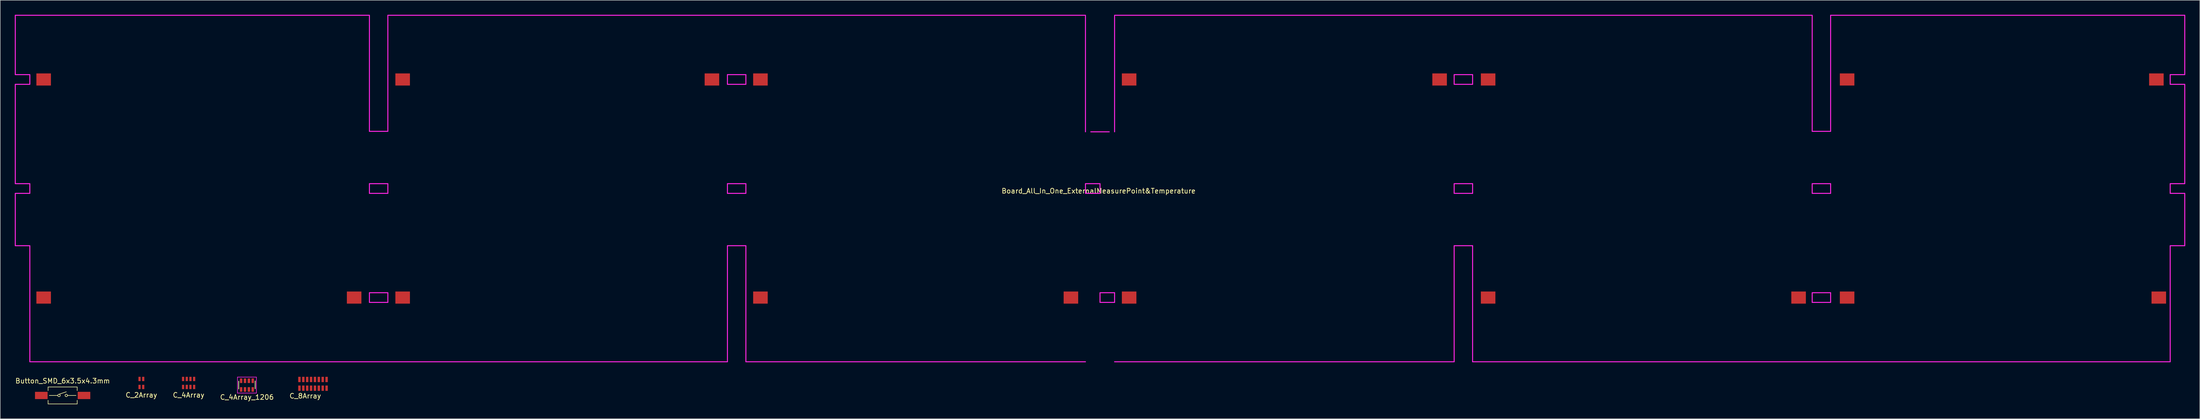
<source format=kicad_pcb>
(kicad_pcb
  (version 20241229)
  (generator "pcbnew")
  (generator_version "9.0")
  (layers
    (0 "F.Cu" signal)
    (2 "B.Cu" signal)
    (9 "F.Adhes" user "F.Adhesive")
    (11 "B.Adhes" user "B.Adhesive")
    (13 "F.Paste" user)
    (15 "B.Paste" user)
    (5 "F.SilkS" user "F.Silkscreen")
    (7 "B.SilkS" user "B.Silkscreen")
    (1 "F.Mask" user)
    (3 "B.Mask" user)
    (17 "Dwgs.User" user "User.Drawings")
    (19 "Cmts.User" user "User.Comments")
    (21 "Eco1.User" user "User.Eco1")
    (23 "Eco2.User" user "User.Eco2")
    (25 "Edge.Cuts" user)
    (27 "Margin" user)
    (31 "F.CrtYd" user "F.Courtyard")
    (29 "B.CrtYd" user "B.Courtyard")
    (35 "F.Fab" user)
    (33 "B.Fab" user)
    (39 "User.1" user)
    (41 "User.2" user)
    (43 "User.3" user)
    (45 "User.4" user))
  (footprint "C_4Array_1206"
    (layer "F.Cu")
    (at 47.85 76.41)
    (property "Reference" "C_4Array_1206" (at 0 2.5 0) (layer "F.SilkS") (effects (font (size 1 1) (thickness 0.153))))
    (attr through_hole)
    (fp_line (start -1.7 -0.8) (end -1.7 0.8) (stroke (width 0.15) (type solid)) (layer "F.SilkS"))
    (fp_line (start 1.7 -0.85) (end 1.7 0.75) (stroke (width 0.15) (type solid)) (layer "F.SilkS"))
    (fp_line (start -1.95 -1.65) (end 1.95 -1.65) (stroke (width 0.12) (type solid)) (layer "F.CrtYd"))
    (fp_line (start -1.95 1.65) (end -1.95 -1.65) (stroke (width 0.12) (type solid)) (layer "F.CrtYd"))
    (fp_line (start -1.95 1.65) (end 1.95 1.65) (stroke (width 0.12) (type solid)) (layer "F.CrtYd"))
    (fp_line (start 1.95 -1.65) (end 1.95 1.65) (stroke (width 0.12) (type solid)) (layer "F.CrtYd"))
    (pad "1" smd rect (at -1.2 -0.9) (size 0.5 0.95) (layers "F.Cu" "F.Mask" "F.Paste"))
    (pad "2" smd rect (at -0.4 -0.9) (size 0.5 0.95) (layers "F.Cu" "F.Mask" "F.Paste"))
    (pad "3" smd rect (at 0.4 -0.9) (size 0.5 0.95) (layers "F.Cu" "F.Mask" "F.Paste"))
    (pad "4" smd rect (at 1.2 -0.9) (size 0.5 0.95) (layers "F.Cu" "F.Mask" "F.Paste"))
    (pad "5" smd rect (at 1.2 0.9) (size 0.5 0.95) (layers "F.Cu" "F.Mask" "F.Paste"))
    (pad "6" smd rect (at 0.4 0.9) (size 0.5 0.95) (layers "F.Cu" "F.Mask" "F.Paste"))
    (pad "7" smd rect (at -0.4 0.9) (size 0.5 0.95) (layers "F.Cu" "F.Mask" "F.Paste"))
    (pad "8" smd rect (at -1.2 0.9) (size 0.5 0.95) (layers "F.Cu" "F.Mask" "F.Paste")))
  (footprint "C_4Array"
    (layer "F.Cu")
    (at 35.829 75.97)
    (property "Reference" "C_4Array" (at 0 2.5 0) (layer "F.SilkS") (effects (font (size 1 1) (thickness 0.153))))
    (attr through_hole)
    (pad "1" smd rect (at -1.14 -0.825) (size 0.46 0.89) (layers "F.Cu" "F.Mask" "F.Paste"))
    (pad "2" smd rect (at -0.38 -0.825) (size 0.46 0.89) (layers "F.Cu" "F.Mask" "F.Paste"))
    (pad "3" smd rect (at 0.38 -0.825) (size 0.46 0.89) (layers "F.Cu" "F.Mask" "F.Paste"))
    (pad "4" smd rect (at 1.14 -0.825) (size 0.46 0.89) (layers "F.Cu" "F.Mask" "F.Paste"))
    (pad "5" smd rect (at 1.14 0.825) (size 0.46 0.89) (layers "F.Cu" "F.Mask" "F.Paste"))
    (pad "6" smd rect (at 0.38 0.825) (size 0.46 0.89) (layers "F.Cu" "F.Mask" "F.Paste"))
    (pad "7" smd rect (at -0.38 0.825) (size 0.46 0.89) (layers "F.Cu" "F.Mask" "F.Paste"))
    (pad "8" smd rect (at -1.14 0.825) (size 0.46 0.89) (layers "F.Cu" "F.Mask" "F.Paste")))
  (footprint "Button_SMD_6x3.5x4.3mm"
    (layer "F.Cu")
    (at 9.863 78.548)
    (property "Reference" "Button_SMD_6x3.5x4.3mm" (at 0 -3 0) (layer "F.SilkS") (effects (font (size 1 1) (thickness 0.15))))
    (attr through_hole)
    (fp_line (start -3 -1.75) (end -3 -1) (stroke (width 0.12) (type solid)) (layer "F.SilkS"))
    (fp_line (start -3 -1.75) (end 3 -1.75) (stroke (width 0.12) (type solid)) (layer "F.SilkS"))
    (fp_line (start -3 1.75) (end -3 1) (stroke (width 0.12) (type solid)) (layer "F.SilkS"))
    (fp_line (start -3 1.75) (end 3 1.75) (stroke (width 0.12) (type solid)) (layer "F.SilkS"))
    (fp_line (start -2.75 0) (end -1 0) (stroke (width 0.12) (type solid)) (layer "F.SilkS"))
    (fp_line (start -0.75 -0.25) (end 0.75 -0.75) (stroke (width 0.12) (type solid)) (layer "F.SilkS"))
    (fp_line (start 2.75 0) (end 1 0) (stroke (width 0.12) (type solid)) (layer "F.SilkS"))
    (fp_line (start 3 -1.75) (end 3 -1) (stroke (width 0.12) (type solid)) (layer "F.SilkS"))
    (fp_line (start 3 1.75) (end 3 1) (stroke (width 0.12) (type solid)) (layer "F.SilkS"))
    (fp_circle (center -0.75 0) (end -1 0) (stroke (width 0.12) (type solid)) (fill no) (layer "F.SilkS"))
    (fp_circle (center 0.75 0) (end 0.5 0) (stroke (width 0.12) (type solid)) (fill no) (layer "F.SilkS"))
    (pad "1" smd rect (at -4.4 0) (size 2.6 1.5) (layers "F.Cu" "F.Mask" "F.Paste"))
    (pad "2" smd rect (at 4.4 0) (size 2.6 1.5) (layers "F.Cu" "F.Mask" "F.Paste")))
  (footprint "C_2Array"
    (layer "F.Cu")
    (at 26.094 75.97)
    (property "Reference" "C_2Array" (at 0 2.5 0) (layer "F.SilkS") (effects (font (size 1 1) (thickness 0.153))))
    (attr through_hole)
    (pad "1" smd rect (at -0.38 -0.825) (size 0.46 0.89) (layers "F.Cu" "F.Mask" "F.Paste"))
    (pad "2" smd rect (at 0.38 -0.825) (size 0.46 0.89) (layers "F.Cu" "F.Mask" "F.Paste"))
    (pad "3" smd rect (at 0.38 0.825) (size 0.46 0.89) (layers "F.Cu" "F.Mask" "F.Paste"))
    (pad "4" smd rect (at -0.38 0.825) (size 0.46 0.89) (layers "F.Cu" "F.Mask" "F.Paste")))
  (footprint "Board_All_In_One_ExternalMeasurePoint&Temperature"
    (layer "F.Cu")
    (at 223.7 35.85)
    (property "Reference" "Board_All_In_One_ExternalMeasurePoint&Temperature" (at -0.3 0.5 0) (layer "F.SilkS") (effects (font (size 1 1) (thickness 0.153))))
    (attr through_hole)
    (fp_line (start -223.6 -35.75) (end -223.6 -23.5) (stroke (width 0.2) (type solid)) (layer "F.CrtYd"))
    (fp_line (start -223.6 -23.5) (end -220.6 -23.5) (stroke (width 0.2) (type solid)) (layer "F.CrtYd"))
    (fp_line (start -223.6 -21.5) (end -223.6 -1) (stroke (width 0.2) (type solid)) (layer "F.CrtYd"))
    (fp_line (start -223.6 -1) (end -220.6 -1) (stroke (width 0.2) (type solid)) (layer "F.CrtYd"))
    (fp_line (start -223.6 1) (end -223.6 11.8) (stroke (width 0.2) (type solid)) (layer "F.CrtYd"))
    (fp_line (start -223.6 11.8) (end -220.6 11.8) (stroke (width 0.2) (type solid)) (layer "F.CrtYd"))
    (fp_line (start -220.6 -23.5) (end -220.6 -21.5) (stroke (width 0.2) (type solid)) (layer "F.CrtYd"))
    (fp_line (start -220.6 -21.5) (end -223.6 -21.5) (stroke (width 0.2) (type solid)) (layer "F.CrtYd"))
    (fp_line (start -220.6 -1) (end -220.6 1) (stroke (width 0.2) (type solid)) (layer "F.CrtYd"))
    (fp_line (start -220.6 1) (end -223.6 1) (stroke (width 0.2) (type solid)) (layer "F.CrtYd"))
    (fp_line (start -220.6 11.8) (end -220.6 35.75) (stroke (width 0.2) (type solid)) (layer "F.CrtYd"))
    (fp_line (start -220.6 35.75) (end -76.8 35.75) (stroke (width 0.2) (type solid)) (layer "F.CrtYd"))
    (fp_line (start -150.6 -35.75) (end -223.6 -35.75) (stroke (width 0.2) (type solid)) (layer "F.CrtYd"))
    (fp_line (start -150.6 -11.8) (end -150.6 -35.75) (stroke (width 0.2) (type solid)) (layer "F.CrtYd"))
    (fp_line (start -150.6 -1) (end -146.8 -1) (stroke (width 0.2) (type solid)) (layer "F.CrtYd"))
    (fp_line (start -150.6 1) (end -150.6 -1) (stroke (width 0.2) (type solid)) (layer "F.CrtYd"))
    (fp_line (start -150.6 21.5) (end -146.8 21.5) (stroke (width 0.2) (type solid)) (layer "F.CrtYd"))
    (fp_line (start -150.6 23.5) (end -150.6 21.5) (stroke (width 0.2) (type solid)) (layer "F.CrtYd"))
    (fp_line (start -146.8 -35.75) (end -146.8 -11.8) (stroke (width 0.2) (type solid)) (layer "F.CrtYd"))
    (fp_line (start -146.8 -11.8) (end -150.6 -11.8) (stroke (width 0.2) (type solid)) (layer "F.CrtYd"))
    (fp_line (start -146.8 -1) (end -146.8 1) (stroke (width 0.2) (type solid)) (layer "F.CrtYd"))
    (fp_line (start -146.8 1) (end -150.6 1) (stroke (width 0.2) (type solid)) (layer "F.CrtYd"))
    (fp_line (start -146.8 21.5) (end -146.8 23.5) (stroke (width 0.2) (type solid)) (layer "F.CrtYd"))
    (fp_line (start -146.8 23.5) (end -150.6 23.5) (stroke (width 0.2) (type solid)) (layer "F.CrtYd"))
    (fp_line (start -76.8 -23.5) (end -73 -23.5) (stroke (width 0.2) (type solid)) (layer "F.CrtYd"))
    (fp_line (start -76.8 -21.5) (end -76.8 -23.5) (stroke (width 0.2) (type solid)) (layer "F.CrtYd"))
    (fp_line (start -76.8 -1) (end -73 -1) (stroke (width 0.2) (type solid)) (layer "F.CrtYd"))
    (fp_line (start -76.8 1) (end -76.8 -1) (stroke (width 0.2) (type solid)) (layer "F.CrtYd"))
    (fp_line (start -76.8 11.8) (end -73 11.8) (stroke (width 0.2) (type solid)) (layer "F.CrtYd"))
    (fp_line (start -76.8 35.75) (end -76.8 11.8) (stroke (width 0.2) (type solid)) (layer "F.CrtYd"))
    (fp_line (start -73 -23.5) (end -73 -21.5) (stroke (width 0.2) (type solid)) (layer "F.CrtYd"))
    (fp_line (start -73 -21.5) (end -76.8 -21.5) (stroke (width 0.2) (type solid)) (layer "F.CrtYd"))
    (fp_line (start -73 -1) (end -73 1) (stroke (width 0.2) (type solid)) (layer "F.CrtYd"))
    (fp_line (start -73 1) (end -76.8 1) (stroke (width 0.2) (type solid)) (layer "F.CrtYd"))
    (fp_line (start -73 11.8) (end -73 35.75) (stroke (width 0.2) (type solid)) (layer "F.CrtYd"))
    (fp_line (start -73 35.75) (end -3 35.75) (stroke (width 0.2) (type solid)) (layer "F.CrtYd"))
    (fp_line (start -3 -35.75) (end -146.8 -35.75) (stroke (width 0.2) (type solid)) (layer "F.CrtYd"))
    (fp_line (start -3 -11.7) (end -3 -35.65) (stroke (width 0.2) (type solid)) (layer "F.CrtYd"))
    (fp_line (start -3 -1) (end 0 -1) (stroke (width 0.2) (type solid)) (layer "F.CrtYd"))
    (fp_line (start -3 1) (end -3 -1) (stroke (width 0.2) (type solid)) (layer "F.CrtYd"))
    (fp_line (start 0 -1) (end 0 1) (stroke (width 0.2) (type solid)) (layer "F.CrtYd"))
    (fp_line (start 0 1) (end -3 1) (stroke (width 0.2) (type solid)) (layer "F.CrtYd"))
    (fp_line (start 0 21.5) (end 3 21.5) (stroke (width 0.2) (type solid)) (layer "F.CrtYd"))
    (fp_line (start 0 23.5) (end 0 21.5) (stroke (width 0.2) (type solid)) (layer "F.CrtYd"))
    (fp_line (start 1.9 -11.7) (end -1.9 -11.7) (stroke (width 0.2) (type solid)) (layer "F.CrtYd"))
    (fp_line (start 3 -35.65) (end 3 -11.7) (stroke (width 0.2) (type solid)) (layer "F.CrtYd"))
    (fp_line (start 3 21.5) (end 3 23.5) (stroke (width 0.2) (type solid)) (layer "F.CrtYd"))
    (fp_line (start 3 23.5) (end 0 23.5) (stroke (width 0.2) (type solid)) (layer "F.CrtYd"))
    (fp_line (start 73 -23.5) (end 76.8 -23.5) (stroke (width 0.2) (type solid)) (layer "F.CrtYd"))
    (fp_line (start 73 -21.5) (end 73 -23.5) (stroke (width 0.2) (type solid)) (layer "F.CrtYd"))
    (fp_line (start 73 -1) (end 76.8 -1) (stroke (width 0.2) (type solid)) (layer "F.CrtYd"))
    (fp_line (start 73 1) (end 73 -1) (stroke (width 0.2) (type solid)) (layer "F.CrtYd"))
    (fp_line (start 73 11.8) (end 76.8 11.8) (stroke (width 0.2) (type solid)) (layer "F.CrtYd"))
    (fp_line (start 73 35.75) (end 3 35.75) (stroke (width 0.2) (type solid)) (layer "F.CrtYd"))
    (fp_line (start 73 35.75) (end 73 11.8) (stroke (width 0.2) (type solid)) (layer "F.CrtYd"))
    (fp_line (start 76.8 -23.5) (end 76.8 -21.5) (stroke (width 0.2) (type solid)) (layer "F.CrtYd"))
    (fp_line (start 76.8 -21.5) (end 73 -21.5) (stroke (width 0.2) (type solid)) (layer "F.CrtYd"))
    (fp_line (start 76.8 -1) (end 76.8 1) (stroke (width 0.2) (type solid)) (layer "F.CrtYd"))
    (fp_line (start 76.8 1) (end 73 1) (stroke (width 0.2) (type solid)) (layer "F.CrtYd"))
    (fp_line (start 76.8 11.8) (end 76.8 35.75) (stroke (width 0.2) (type solid)) (layer "F.CrtYd"))
    (fp_line (start 76.8 35.75) (end 220.6 35.75) (stroke (width 0.2) (type solid)) (layer "F.CrtYd"))
    (fp_line (start 146.8 -35.75) (end 3 -35.75) (stroke (width 0.2) (type solid)) (layer "F.CrtYd"))
    (fp_line (start 146.8 -11.8) (end 146.8 -35.75) (stroke (width 0.2) (type solid)) (layer "F.CrtYd"))
    (fp_line (start 146.8 -1) (end 150.6 -1) (stroke (width 0.2) (type solid)) (layer "F.CrtYd"))
    (fp_line (start 146.8 1) (end 146.8 -1) (stroke (width 0.2) (type solid)) (layer "F.CrtYd"))
    (fp_line (start 146.8 21.5) (end 150.6 21.5) (stroke (width 0.2) (type solid)) (layer "F.CrtYd"))
    (fp_line (start 146.8 23.5) (end 146.8 21.5) (stroke (width 0.2) (type solid)) (layer "F.CrtYd"))
    (fp_line (start 150.6 -35.75) (end 150.6 -11.8) (stroke (width 0.2) (type solid)) (layer "F.CrtYd"))
    (fp_line (start 150.6 -11.8) (end 146.8 -11.8) (stroke (width 0.2) (type solid)) (layer "F.CrtYd"))
    (fp_line (start 150.6 -1) (end 150.6 1) (stroke (width 0.2) (type solid)) (layer "F.CrtYd"))
    (fp_line (start 150.6 1) (end 146.8 1) (stroke (width 0.2) (type solid)) (layer "F.CrtYd"))
    (fp_line (start 150.6 21.5) (end 150.6 23.5) (stroke (width 0.2) (type solid)) (layer "F.CrtYd"))
    (fp_line (start 150.6 23.5) (end 146.8 23.5) (stroke (width 0.2) (type solid)) (layer "F.CrtYd"))
    (fp_line (start 220.6 -23.5) (end 223.6 -23.5) (stroke (width 0.2) (type solid)) (layer "F.CrtYd"))
    (fp_line (start 220.6 -21.5) (end 220.6 -23.5) (stroke (width 0.2) (type solid)) (layer "F.CrtYd"))
    (fp_line (start 220.6 -1) (end 223.6 -1) (stroke (width 0.2) (type solid)) (layer "F.CrtYd"))
    (fp_line (start 220.6 1) (end 220.6 -1) (stroke (width 0.2) (type solid)) (layer "F.CrtYd"))
    (fp_line (start 220.6 11.8) (end 223.6 11.8) (stroke (width 0.2) (type solid)) (layer "F.CrtYd"))
    (fp_line (start 220.6 35.75) (end 220.6 11.8) (stroke (width 0.2) (type solid)) (layer "F.CrtYd"))
    (fp_line (start 223.6 -35.75) (end 150.6 -35.75) (stroke (width 0.2) (type solid)) (layer "F.CrtYd"))
    (fp_line (start 223.6 -23.5) (end 223.6 -35.75) (stroke (width 0.2) (type solid)) (layer "F.CrtYd"))
    (fp_line (start 223.6 -21.5) (end 220.6 -21.5) (stroke (width 0.2) (type solid)) (layer "F.CrtYd"))
    (fp_line (start 223.6 -1) (end 223.6 -21.5) (stroke (width 0.2) (type solid)) (layer "F.CrtYd"))
    (fp_line (start 223.6 1) (end 220.6 1) (stroke (width 0.2) (type solid)) (layer "F.CrtYd"))
    (fp_line (start 223.6 11.8) (end 223.6 1) (stroke (width 0.2) (type solid)) (layer "F.CrtYd"))
    (pad "1" smd rect (at -217.75 22.5 90) (size 2.5 3) (layers "F.Cu" "F.Mask" "F.Paste"))
    (pad "2" smd rect (at -153.75 22.5 90) (size 2.5 3) (layers "F.Cu" "F.Mask" "F.Paste"))
    (pad "3" smd rect (at -217.75 -22.5 90) (size 2.5 3) (layers "F.Cu" "F.Mask" "F.Paste"))
    (pad "4" smd rect (at -143.75 -22.5 90) (size 2.5 3) (layers "F.Cu" "F.Mask" "F.Paste"))
    (pad "5" smd rect (at -80 -22.5 90) (size 2.5 3) (layers "F.Cu" "F.Mask" "F.Paste"))
    (pad "6" smd rect (at -143.75 22.5 270) (size 2.5 3) (layers "F.Cu" "F.Mask" "F.Paste"))
    (pad "7" smd rect (at -70 22.5 90) (size 2.5 3) (layers "F.Cu" "F.Mask" "F.Paste"))
    (pad "8" smd rect (at -6 22.5 90) (size 2.5 3) (layers "F.Cu" "F.Mask" "F.Paste"))
    (pad "9" smd rect (at -70 -22.5 90) (size 2.5 3) (layers "F.Cu" "F.Mask" "F.Paste"))
    (pad "10" smd rect (at 6 -22.5 90) (size 2.5 3) (layers "F.Cu" "F.Mask" "F.Paste"))
    (pad "11" smd rect (at 70 -22.5 90) (size 2.5 3) (layers "F.Cu" "F.Mask" "F.Paste"))
    (pad "12" smd rect (at 6 22.5 90) (size 2.5 3) (layers "F.Cu" "F.Mask" "F.Paste"))
    (pad "13" smd rect (at 80 22.5 90) (size 2.5 3) (layers "F.Cu" "F.Mask" "F.Paste"))
    (pad "14" smd rect (at 144 22.5 90) (size 2.5 3) (layers "F.Cu" "F.Mask" "F.Paste"))
    (pad "15" smd rect (at 80 -22.5 90) (size 2.5 3) (layers "F.Cu" "F.Mask" "F.Paste"))
    (pad "16" smd rect (at 154 -22.5 90) (size 2.5 3) (layers "F.Cu" "F.Mask" "F.Paste"))
    (pad "17" smd rect (at 217.75 -22.5 90) (size 2.5 3) (layers "F.Cu" "F.Mask" "F.Paste"))
    (pad "18" smd rect (at 154 22.5 90) (size 2.5 3) (layers "F.Cu" "F.Mask" "F.Paste"))
    (pad "19" smd rect (at 218.25 22.5 90) (size 2.5 3) (layers "F.Cu" "F.Mask" "F.Paste")))
  (footprint "C_8Array"
    (layer "F.Cu")
    (at 59.871 76.15)
    (property "Reference" "C_8Array" (at 0 2.5 0) (layer "F.SilkS") (effects (font (size 1 1) (thickness 0.153))))
    (attr through_hole)
    (pad "1" smd rect (at -1.2 -0.9) (size 0.5 1.1) (layers "F.Cu" "F.Mask" "F.Paste"))
    (pad "2" smd rect (at -0.4 -0.9) (size 0.5 1.1) (layers "F.Cu" "F.Mask" "F.Paste"))
    (pad "3" smd rect (at 0.4 -0.9) (size 0.5 1.1) (layers "F.Cu" "F.Mask" "F.Paste"))
    (pad "4" smd rect (at 1.2 -0.9) (size 0.5 1.1) (layers "F.Cu" "F.Mask" "F.Paste"))
    (pad "5" smd rect (at 2 -0.9) (size 0.5 1.1) (layers "F.Cu" "F.Mask" "F.Paste"))
    (pad "6" smd rect (at 2.8 -0.9) (size 0.5 1.1) (layers "F.Cu" "F.Mask" "F.Paste"))
    (pad "7" smd rect (at 3.6 -0.9) (size 0.5 1.1) (layers "F.Cu" "F.Mask" "F.Paste"))
    (pad "8" smd rect (at 4.4 -0.9) (size 0.5 1.1) (layers "F.Cu" "F.Mask" "F.Paste"))
    (pad "9" smd rect (at 4.4 0.9) (size 0.5 1.1) (layers "F.Cu" "F.Mask" "F.Paste"))
    (pad "10" smd rect (at 3.6 0.9) (size 0.5 1.1) (layers "F.Cu" "F.Mask" "F.Paste"))
    (pad "11" smd rect (at 2.8 0.9) (size 0.5 1.1) (layers "F.Cu" "F.Mask" "F.Paste"))
    (pad "12" smd rect (at 2 0.9) (size 0.5 1.1) (layers "F.Cu" "F.Mask" "F.Paste"))
    (pad "13" smd rect (at 1.2 0.9) (size 0.5 1.1) (layers "F.Cu" "F.Mask" "F.Paste"))
    (pad "14" smd rect (at 0.4 0.9) (size 0.5 1.1) (layers "F.Cu" "F.Mask" "F.Paste"))
    (pad "15" smd rect (at -0.4 0.9) (size 0.5 1.1) (layers "F.Cu" "F.Mask" "F.Paste"))
    (pad "16" smd rect (at -1.2 0.9) (size 0.5 1.1) (layers "F.Cu" "F.Mask" "F.Paste")))
  (gr_rect
    (start -3 -3)
    (end 450.4 83.358)
    (stroke (width 0.1) (type default))
    (fill no)
    (layer "Edge.Cuts")))
</source>
